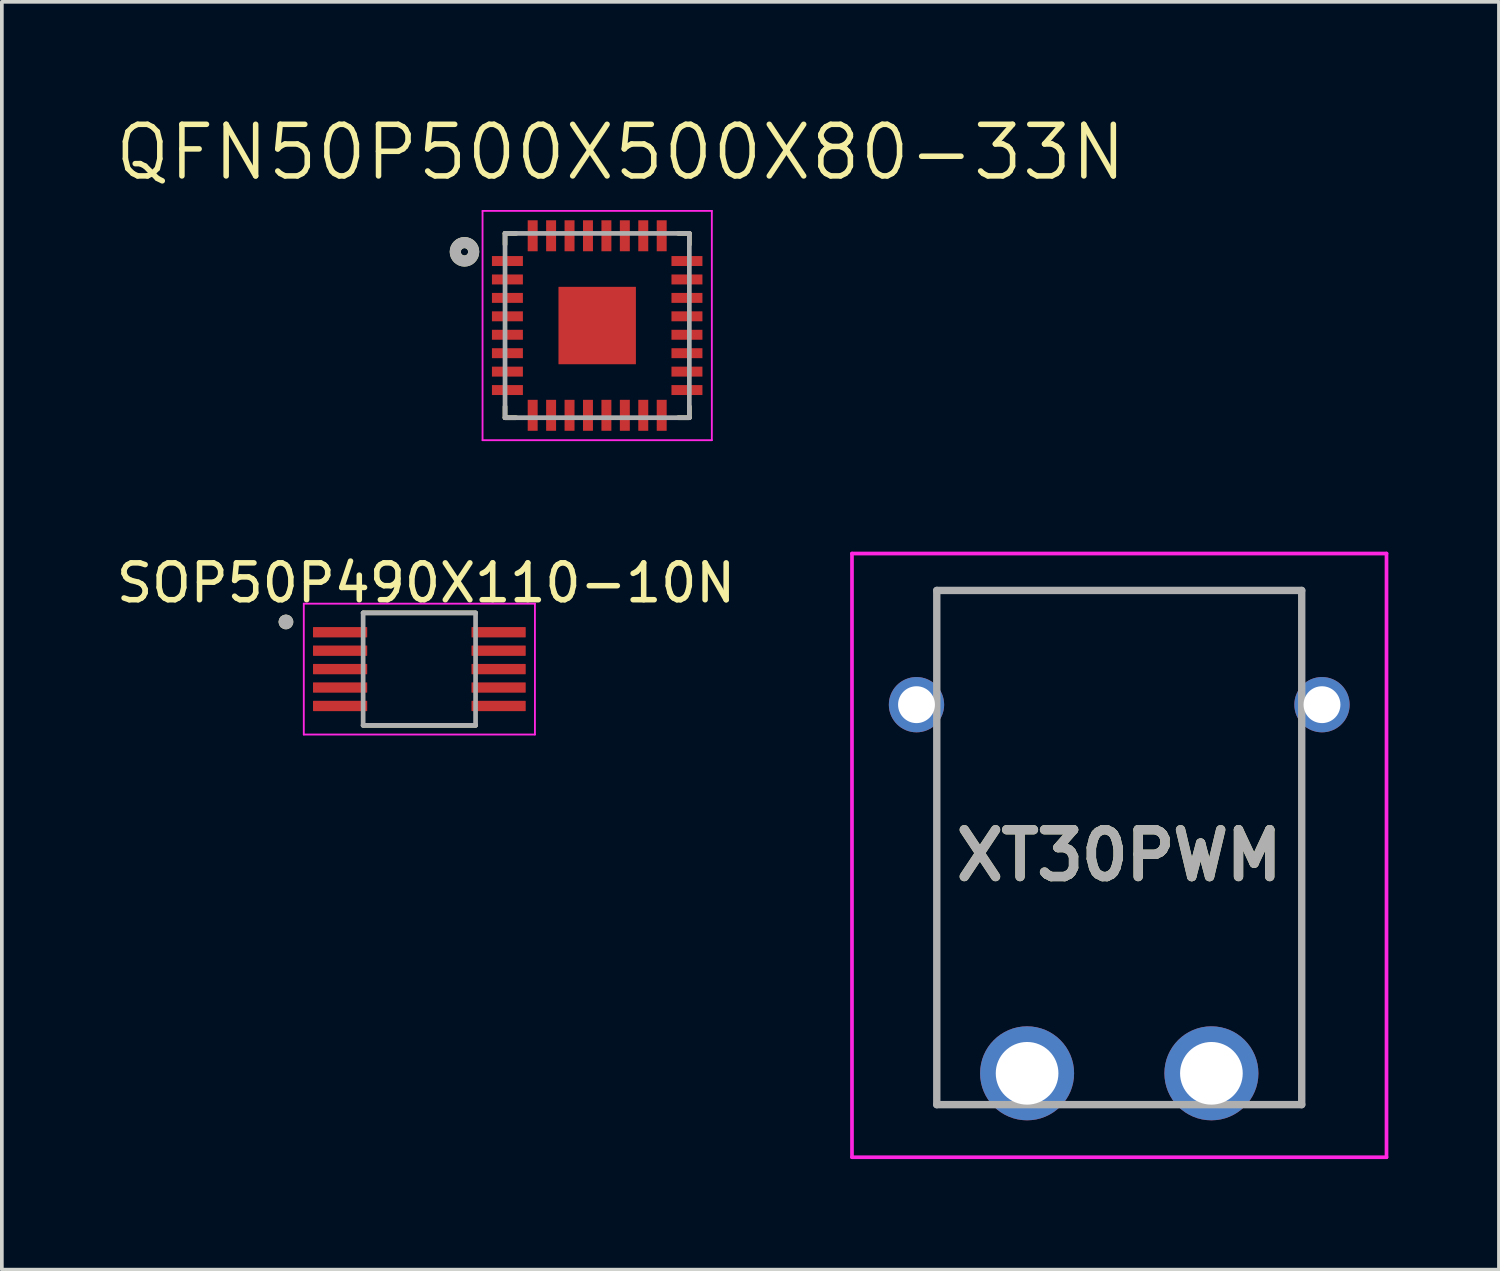
<source format=kicad_pcb>
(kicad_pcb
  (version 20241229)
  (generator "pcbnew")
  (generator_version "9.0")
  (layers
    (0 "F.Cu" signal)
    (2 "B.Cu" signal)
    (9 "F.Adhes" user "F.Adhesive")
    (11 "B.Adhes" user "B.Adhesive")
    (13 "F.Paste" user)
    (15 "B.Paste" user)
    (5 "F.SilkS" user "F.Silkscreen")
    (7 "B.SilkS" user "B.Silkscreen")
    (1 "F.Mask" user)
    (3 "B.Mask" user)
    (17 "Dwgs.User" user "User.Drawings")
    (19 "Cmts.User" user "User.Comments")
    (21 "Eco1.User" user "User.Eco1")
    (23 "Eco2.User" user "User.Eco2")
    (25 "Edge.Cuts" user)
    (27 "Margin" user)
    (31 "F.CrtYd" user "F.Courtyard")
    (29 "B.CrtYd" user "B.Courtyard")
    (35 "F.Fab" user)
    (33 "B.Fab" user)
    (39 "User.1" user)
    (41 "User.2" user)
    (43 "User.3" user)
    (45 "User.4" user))
  (footprint "XT30PWM"
    (layer "F.Cu")
    (at 27.312 20.154)
    (property "Reference" "XT30PWM" (at 0 0 0) (layer "F.SilkS") (effects (font (size 1.27 1.27) (thickness 0.254))))
    (attr through_hole)
    (fp_line (start -4.95 -7.187) (end 4.95 -7.187) (stroke (width 0.1) (type solid)) (layer "F.SilkS"))
    (fp_line (start -4.95 -5.237) (end -4.95 -7.187) (stroke (width 0.1) (type solid)) (layer "F.SilkS"))
    (fp_line (start -4.95 -2.737) (end -4.95 6.762) (stroke (width 0.1) (type solid)) (layer "F.SilkS"))
    (fp_line (start -4.95 6.762) (end -4 6.762) (stroke (width 0.1) (type solid)) (layer "F.SilkS"))
    (fp_line (start 4 6.762) (end 4.95 6.762) (stroke (width 0.1) (type solid)) (layer "F.SilkS"))
    (fp_line (start 4.95 -7.187) (end 4.95 -5.237) (stroke (width 0.1) (type solid)) (layer "F.SilkS"))
    (fp_line (start 4.95 6.762) (end 4.95 -2.737) (stroke (width 0.1) (type solid)) (layer "F.SilkS"))
    (fp_line (start -7.25 -8.188) (end 7.25 -8.188) (stroke (width 0.1) (type solid)) (layer "F.CrtYd"))
    (fp_line (start -7.25 8.188) (end -7.25 -8.188) (stroke (width 0.1) (type solid)) (layer "F.CrtYd"))
    (fp_line (start 7.25 -8.188) (end 7.25 8.188) (stroke (width 0.1) (type solid)) (layer "F.CrtYd"))
    (fp_line (start 7.25 8.188) (end -7.25 8.188) (stroke (width 0.1) (type solid)) (layer "F.CrtYd"))
    (fp_line (start -4.95 -7.187) (end 4.95 -7.187) (stroke (width 0.2) (type solid)) (layer "F.Fab"))
    (fp_line (start -4.95 6.762) (end -4.95 -7.187) (stroke (width 0.2) (type solid)) (layer "F.Fab"))
    (fp_line (start 4.95 -7.187) (end 4.95 6.762) (stroke (width 0.2) (type solid)) (layer "F.Fab"))
    (fp_line (start 4.95 6.762) (end -4.95 6.762) (stroke (width 0.2) (type solid)) (layer "F.Fab"))
    (fp_text user "${REFERENCE}" (at 0 0 0) (layer "F.Fab") (effects (font (size 1.27 1.27) (thickness 0.254))))
    (pad "1" thru_hole circle (at -2.5 5.912) (size 2.55 2.55) (drill 1.7) (layers "*.Cu" "*.Mask"))
    (pad "2" thru_hole circle (at 2.5 5.912) (size 2.55 2.55) (drill 1.7) (layers "*.Cu" "*.Mask"))
    (pad "3" thru_hole circle (at 5.5 -4.088) (size 1.5 1.5) (drill 1) (layers "*.Cu" "*.Mask"))
    (pad "4" thru_hole circle (at -5.5 -4.088) (size 1.5 1.5) (drill 1) (layers "*.Cu" "*.Mask")))
  (footprint "QFN50P500X500X80-33N"
    (layer "F.Cu")
    (at 13.15 5.781)
    (property "Reference" "QFN50P500X500X80-33N" (at 0.635 -4.699 0) (layer "F.SilkS") (effects (font (size 1.4 1.4) (thickness 0.15))))
    (attr through_hole)
    (fp_line (start -2.5 -2.5) (end -2.5 -2.2) (stroke (width 0.127) (type solid)) (layer "F.SilkS"))
    (fp_line (start -2.5 2.2) (end -2.5 2.5) (stroke (width 0.127) (type solid)) (layer "F.SilkS"))
    (fp_line (start -2.5 2.5) (end -2.2 2.5) (stroke (width 0.127) (type solid)) (layer "F.SilkS"))
    (fp_line (start -2.2 -2.5) (end -2.5 -2.5) (stroke (width 0.127) (type solid)) (layer "F.SilkS"))
    (fp_line (start 2.2 -2.5) (end 2.5 -2.5) (stroke (width 0.127) (type solid)) (layer "F.SilkS"))
    (fp_line (start 2.2 2.5) (end 2.5 2.5) (stroke (width 0.127) (type solid)) (layer "F.SilkS"))
    (fp_line (start 2.5 -2.5) (end 2.5 -2.2) (stroke (width 0.127) (type solid)) (layer "F.SilkS"))
    (fp_line (start 2.5 2.5) (end 2.5 2.2) (stroke (width 0.127) (type solid)) (layer "F.SilkS"))
    (fp_circle (center -3.6 -2) (end -3.5 -2) (stroke (width 0.3) (type solid)) (fill no) (layer "F.SilkS"))
    (fp_poly (pts (xy -0.845 -0.845) (xy -0.105 -0.845) (xy -0.105 -0.105) (xy -0.845 -0.105)) (stroke (width 0.01) (type solid)) (fill yes) (layer "F.Paste"))
    (fp_poly (pts (xy -0.845 0.105) (xy -0.105 0.105) (xy -0.105 0.845) (xy -0.845 0.845)) (stroke (width 0.01) (type solid)) (fill yes) (layer "F.Paste"))
    (fp_poly (pts (xy 0.105 -0.845) (xy 0.845 -0.845) (xy 0.845 -0.105) (xy 0.105 -0.105)) (stroke (width 0.01) (type solid)) (fill yes) (layer "F.Paste"))
    (fp_poly (pts (xy 0.105 0.105) (xy 0.845 0.105) (xy 0.845 0.845) (xy 0.105 0.845)) (stroke (width 0.01) (type solid)) (fill yes) (layer "F.Paste"))
    (fp_line (start -3.11 -3.11) (end 3.11 -3.11) (stroke (width 0.05) (type solid)) (layer "F.CrtYd"))
    (fp_line (start -3.11 3.11) (end -3.11 -3.11) (stroke (width 0.05) (type solid)) (layer "F.CrtYd"))
    (fp_line (start 3.11 -3.11) (end 3.11 3.11) (stroke (width 0.05) (type solid)) (layer "F.CrtYd"))
    (fp_line (start 3.11 3.11) (end -3.11 3.11) (stroke (width 0.05) (type solid)) (layer "F.CrtYd"))
    (fp_line (start -2.5 -2.5) (end 2.5 -2.5) (stroke (width 0.127) (type solid)) (layer "F.Fab"))
    (fp_line (start -2.5 2.5) (end -2.5 -2.5) (stroke (width 0.127) (type solid)) (layer "F.Fab"))
    (fp_line (start 2.5 -2.5) (end 2.5 2.5) (stroke (width 0.127) (type solid)) (layer "F.Fab"))
    (fp_line (start 2.5 2.5) (end -2.5 2.5) (stroke (width 0.127) (type solid)) (layer "F.Fab"))
    (fp_circle (center -3.6 -2) (end -3.5 -2) (stroke (width 0.3) (type solid)) (fill no) (layer "F.Fab"))
    (pad "1" smd rect (at -2.435 -1.75) (size 0.84 0.27) (layers "F.Cu" "F.Mask" "F.Paste"))
    (pad "2" smd rect (at -2.435 -1.25) (size 0.84 0.27) (layers "F.Cu" "F.Mask" "F.Paste"))
    (pad "3" smd rect (at -2.435 -0.75) (size 0.84 0.27) (layers "F.Cu" "F.Mask" "F.Paste"))
    (pad "4" smd rect (at -2.435 -0.25) (size 0.84 0.27) (layers "F.Cu" "F.Mask" "F.Paste"))
    (pad "5" smd rect (at -2.435 0.25) (size 0.84 0.27) (layers "F.Cu" "F.Mask" "F.Paste"))
    (pad "6" smd rect (at -2.435 0.75) (size 0.84 0.27) (layers "F.Cu" "F.Mask" "F.Paste"))
    (pad "7" smd rect (at -2.435 1.25) (size 0.84 0.27) (layers "F.Cu" "F.Mask" "F.Paste"))
    (pad "8" smd rect (at -2.435 1.75) (size 0.84 0.27) (layers "F.Cu" "F.Mask" "F.Paste"))
    (pad "9" smd rect (at -1.75 2.435 90) (size 0.84 0.27) (layers "F.Cu" "F.Mask" "F.Paste"))
    (pad "10" smd rect (at -1.25 2.435 90) (size 0.84 0.27) (layers "F.Cu" "F.Mask" "F.Paste"))
    (pad "11" smd rect (at -0.75 2.435 90) (size 0.84 0.27) (layers "F.Cu" "F.Mask" "F.Paste"))
    (pad "12" smd rect (at -0.25 2.435 90) (size 0.84 0.27) (layers "F.Cu" "F.Mask" "F.Paste"))
    (pad "13" smd rect (at 0.25 2.435 90) (size 0.84 0.27) (layers "F.Cu" "F.Mask" "F.Paste"))
    (pad "14" smd rect (at 0.75 2.435 90) (size 0.84 0.27) (layers "F.Cu" "F.Mask" "F.Paste"))
    (pad "15" smd rect (at 1.25 2.435 90) (size 0.84 0.27) (layers "F.Cu" "F.Mask" "F.Paste"))
    (pad "16" smd rect (at 1.75 2.435 90) (size 0.84 0.27) (layers "F.Cu" "F.Mask" "F.Paste"))
    (pad "17" smd rect (at 2.435 1.75 180) (size 0.84 0.27) (layers "F.Cu" "F.Mask" "F.Paste"))
    (pad "18" smd rect (at 2.435 1.25 180) (size 0.84 0.27) (layers "F.Cu" "F.Mask" "F.Paste"))
    (pad "19" smd rect (at 2.435 0.75 180) (size 0.84 0.27) (layers "F.Cu" "F.Mask" "F.Paste"))
    (pad "20" smd rect (at 2.435 0.25 180) (size 0.84 0.27) (layers "F.Cu" "F.Mask" "F.Paste"))
    (pad "21" smd rect (at 2.435 -0.25 180) (size 0.84 0.27) (layers "F.Cu" "F.Mask" "F.Paste"))
    (pad "22" smd rect (at 2.435 -0.75 180) (size 0.84 0.27) (layers "F.Cu" "F.Mask" "F.Paste"))
    (pad "23" smd rect (at 2.435 -1.25 180) (size 0.84 0.27) (layers "F.Cu" "F.Mask" "F.Paste"))
    (pad "24" smd rect (at 2.435 -1.75 180) (size 0.84 0.27) (layers "F.Cu" "F.Mask" "F.Paste"))
    (pad "25" smd rect (at 1.75 -2.435 270) (size 0.84 0.27) (layers "F.Cu" "F.Mask" "F.Paste"))
    (pad "26" smd rect (at 1.25 -2.435 270) (size 0.84 0.27) (layers "F.Cu" "F.Mask" "F.Paste"))
    (pad "27" smd rect (at 0.75 -2.435 270) (size 0.84 0.27) (layers "F.Cu" "F.Mask" "F.Paste"))
    (pad "28" smd rect (at 0.25 -2.435 270) (size 0.84 0.27) (layers "F.Cu" "F.Mask" "F.Paste"))
    (pad "29" smd rect (at -0.25 -2.435 270) (size 0.84 0.27) (layers "F.Cu" "F.Mask" "F.Paste"))
    (pad "30" smd rect (at -0.75 -2.435 270) (size 0.84 0.27) (layers "F.Cu" "F.Mask" "F.Paste"))
    (pad "31" smd rect (at -1.25 -2.435 270) (size 0.84 0.27) (layers "F.Cu" "F.Mask" "F.Paste"))
    (pad "32" smd rect (at -1.75 -2.435 270) (size 0.84 0.27) (layers "F.Cu" "F.Mask" "F.Paste"))
    (pad "33" smd rect (at 0 0) (size 2.1 2.1) (layers "F.Cu" "F.Mask")))
  (footprint "SOP50P490X110-10N"
    (layer "F.Cu")
    (at 8.326 15.101)
    (property "Reference" "SOP50P490X110-10N" (at 0.18 -2.337 0) (layer "F.SilkS") (effects (font (size 1 1) (thickness 0.15))))
    (attr through_hole)
    (fp_line (start -1.525 -1.525) (end 1.525 -1.525) (stroke (width 0.127) (type solid)) (layer "F.SilkS"))
    (fp_line (start -1.525 1.525) (end 1.525 1.525) (stroke (width 0.127) (type solid)) (layer "F.SilkS"))
    (fp_circle (center -3.62 -1.28) (end -3.52 -1.28) (stroke (width 0.2) (type solid)) (fill no) (layer "F.SilkS"))
    (fp_line (start -3.135 -1.775) (end -3.135 1.775) (stroke (width 0.05) (type solid)) (layer "F.CrtYd"))
    (fp_line (start -3.135 -1.775) (end 3.135 -1.775) (stroke (width 0.05) (type solid)) (layer "F.CrtYd"))
    (fp_line (start -3.135 1.775) (end 3.135 1.775) (stroke (width 0.05) (type solid)) (layer "F.CrtYd"))
    (fp_line (start 3.135 -1.775) (end 3.135 1.775) (stroke (width 0.05) (type solid)) (layer "F.CrtYd"))
    (fp_line (start -1.525 -1.525) (end -1.525 1.525) (stroke (width 0.127) (type solid)) (layer "F.Fab"))
    (fp_line (start -1.525 -1.525) (end 1.525 -1.525) (stroke (width 0.127) (type solid)) (layer "F.Fab"))
    (fp_line (start -1.525 1.525) (end 1.525 1.525) (stroke (width 0.127) (type solid)) (layer "F.Fab"))
    (fp_line (start 1.525 -1.525) (end 1.525 1.525) (stroke (width 0.127) (type solid)) (layer "F.Fab"))
    (fp_circle (center -3.62 -1.28) (end -3.52 -1.28) (stroke (width 0.2) (type solid)) (fill no) (layer "F.Fab"))
    (pad "1" smd roundrect (at -2.15 -1) (size 1.47 0.28) (layers "F.Cu" "F.Mask" "F.Paste") (roundrect_rratio 0.04))
    (pad "2" smd roundrect (at -2.15 -0.5) (size 1.47 0.28) (layers "F.Cu" "F.Mask" "F.Paste") (roundrect_rratio 0.04))
    (pad "3" smd roundrect (at -2.15 0) (size 1.47 0.28) (layers "F.Cu" "F.Mask" "F.Paste") (roundrect_rratio 0.04))
    (pad "4" smd roundrect (at -2.15 0.5) (size 1.47 0.28) (layers "F.Cu" "F.Mask" "F.Paste") (roundrect_rratio 0.04))
    (pad "5" smd roundrect (at -2.15 1) (size 1.47 0.28) (layers "F.Cu" "F.Mask" "F.Paste") (roundrect_rratio 0.04))
    (pad "6" smd roundrect (at 2.15 1) (size 1.47 0.28) (layers "F.Cu" "F.Mask" "F.Paste") (roundrect_rratio 0.04))
    (pad "7" smd roundrect (at 2.15 0.5) (size 1.47 0.28) (layers "F.Cu" "F.Mask" "F.Paste") (roundrect_rratio 0.04))
    (pad "8" smd roundrect (at 2.15 0) (size 1.47 0.28) (layers "F.Cu" "F.Mask" "F.Paste") (roundrect_rratio 0.04))
    (pad "9" smd roundrect (at 2.15 -0.5) (size 1.47 0.28) (layers "F.Cu" "F.Mask" "F.Paste") (roundrect_rratio 0.04))
    (pad "10" smd roundrect (at 2.15 -1) (size 1.47 0.28) (layers "F.Cu" "F.Mask" "F.Paste") (roundrect_rratio 0.04)))
  (gr_rect
    (start -3 -3)
    (end 37.612 31.392)
    (stroke (width 0.1) (type default))
    (fill no)
    (layer "Edge.Cuts")))
</source>
